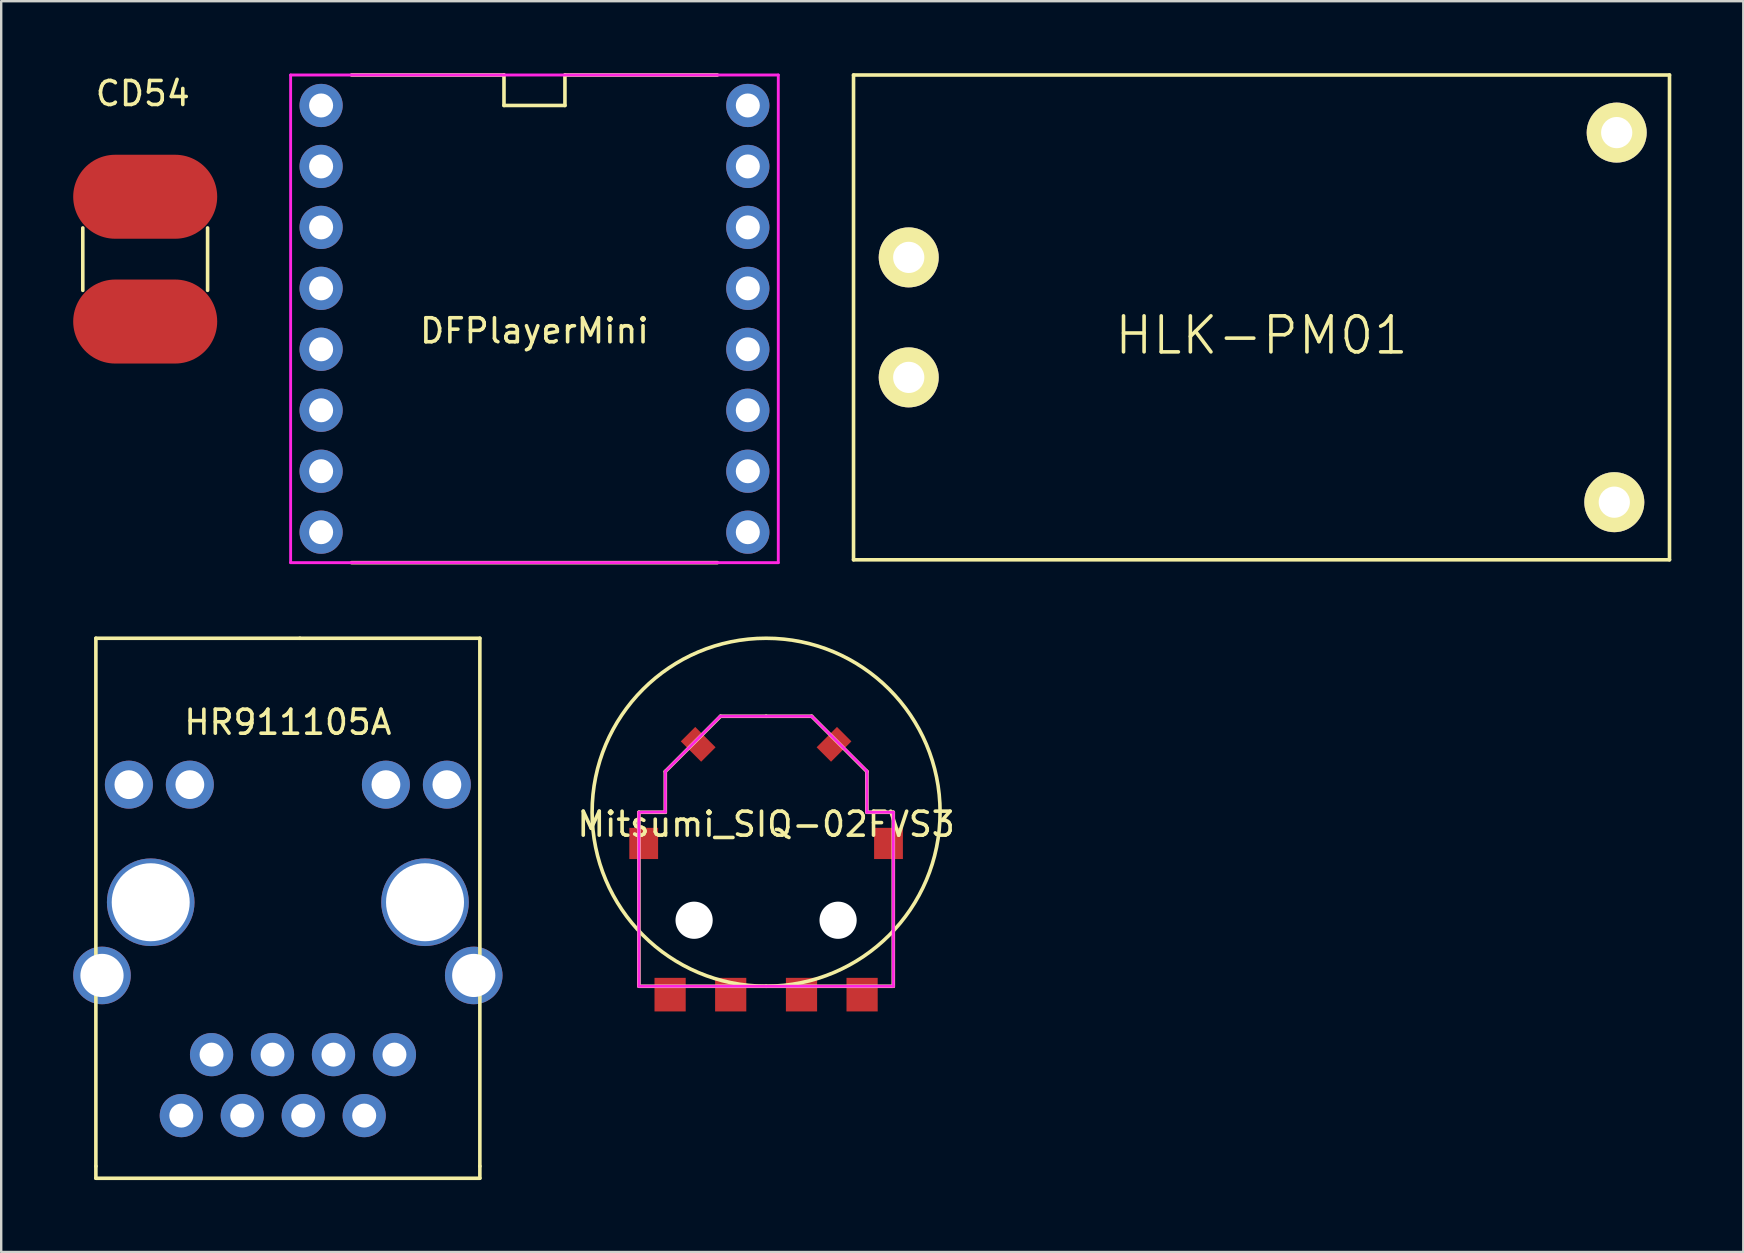
<source format=kicad_pcb>
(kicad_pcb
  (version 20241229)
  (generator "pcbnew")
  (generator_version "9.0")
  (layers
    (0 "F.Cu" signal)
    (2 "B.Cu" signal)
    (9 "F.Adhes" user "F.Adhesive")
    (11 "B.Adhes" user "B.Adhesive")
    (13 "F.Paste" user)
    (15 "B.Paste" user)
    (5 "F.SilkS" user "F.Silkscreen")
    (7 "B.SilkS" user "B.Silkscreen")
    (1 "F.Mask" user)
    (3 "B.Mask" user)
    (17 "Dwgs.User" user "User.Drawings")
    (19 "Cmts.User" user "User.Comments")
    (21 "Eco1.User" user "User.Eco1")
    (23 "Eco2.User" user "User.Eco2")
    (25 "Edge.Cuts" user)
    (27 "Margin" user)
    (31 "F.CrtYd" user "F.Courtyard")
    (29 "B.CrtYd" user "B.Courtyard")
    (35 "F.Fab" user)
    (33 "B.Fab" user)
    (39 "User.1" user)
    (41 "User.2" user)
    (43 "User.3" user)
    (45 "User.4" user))
  (footprint "HR911105A"
    (layer "F.Cu")
    (at 8.945 34.545)
    (property "Reference" "HR911105A" (at 0 -7.5 0) (layer "F.SilkS") (effects (font (size 1 1) (thickness 0.15))))
    (attr through_hole)
    (fp_line (start -8 -11) (end 0.5 -11) (stroke (width 0.15) (type solid)) (layer "F.SilkS"))
    (fp_line (start -8 11) (end -8 -11) (stroke (width 0.15) (type solid)) (layer "F.SilkS"))
    (fp_line (start -8 11) (end -8 11.5) (stroke (width 0.15) (type solid)) (layer "F.SilkS"))
    (fp_line (start -8 11.5) (end 8 11.5) (stroke (width 0.15) (type solid)) (layer "F.SilkS"))
    (fp_line (start 0.5 -11) (end 8 -11) (stroke (width 0.15) (type solid)) (layer "F.SilkS"))
    (fp_line (start 8 -11) (end 8 11) (stroke (width 0.15) (type solid)) (layer "F.SilkS"))
    (fp_line (start 8 11.5) (end 8 11) (stroke (width 0.15) (type solid)) (layer "F.SilkS"))
    (pad "1" thru_hole circle (at 4.44 6.35) (size 1.8 1.8) (drill 1) (layers "*.Cu" "*.Mask"))
    (pad "2" thru_hole circle (at 3.18 8.89) (size 1.8 1.8) (drill 1) (layers "*.Cu" "*.Mask"))
    (pad "3" thru_hole circle (at 1.9 6.35) (size 1.8 1.8) (drill 1) (layers "*.Cu" "*.Mask"))
    (pad "4" thru_hole circle (at 0.64 8.89) (size 1.8 1.8) (drill 1) (layers "*.Cu" "*.Mask"))
    (pad "5" thru_hole circle (at -0.64 6.35) (size 1.8 1.8) (drill 1) (layers "*.Cu" "*.Mask"))
    (pad "6" thru_hole circle (at -1.9 8.89) (size 1.8 1.8) (drill 1) (layers "*.Cu" "*.Mask"))
    (pad "7" thru_hole circle (at -3.18 6.35) (size 1.8 1.8) (drill 1) (layers "*.Cu" "*.Mask"))
    (pad "8" thru_hole circle (at -4.44 8.89) (size 1.8 1.8) (drill 1) (layers "*.Cu" "*.Mask"))
    (pad "9" thru_hole circle (at 6.625 -4.9) (size 2 2) (drill 1.2) (layers "*.Cu" "*.Mask"))
    (pad "10" thru_hole circle (at 4.085 -4.9) (size 2 2) (drill 1.2) (layers "*.Cu" "*.Mask"))
    (pad "11" thru_hole circle (at -4.085 -4.9) (size 2 2) (drill 1.2) (layers "*.Cu" "*.Mask"))
    (pad "12" thru_hole circle (at -6.625 -4.9) (size 2 2) (drill 1.2) (layers "*.Cu" "*.Mask"))
    (pad "13" thru_hole circle (at 7.745 3.05) (size 2.4 2.4) (drill 1.8) (layers "*.Cu" "*.Mask"))
    (pad "14" thru_hole circle (at -7.745 3.05) (size 2.4 2.4) (drill 1.8) (layers "*.Cu" "*.Mask"))
    (pad "~" thru_hole circle (at -5.715 0) (size 3.65 3.65) (drill 3.25) (layers "*.Cu" "*.Mask"))
    (pad "~" thru_hole circle (at 5.715 0) (size 3.65 3.65) (drill 3.25) (layers "*.Cu" "*.Mask")))
  (footprint "Mitsumi_SIQ-02FVS3"
    (layer "F.Cu")
    (at 28.872 30.795)
    (property "Reference" "Mitsumi_SIQ-02FVS3" (at 0 0.5 0) (layer "F.SilkS") (effects (font (size 1 1) (thickness 0.15))))
    (attr through_hole)
    (fp_line (start -5.3 0) (end -4.2 0) (stroke (width 0.15) (type solid)) (layer "F.SilkS"))
    (fp_line (start -5.3 7.25) (end -5.3 0) (stroke (width 0.15) (type solid)) (layer "F.SilkS"))
    (fp_line (start -4.2 -1.7) (end -4.2 0) (stroke (width 0.15) (type solid)) (layer "F.SilkS"))
    (fp_line (start -1.9 -4) (end -4.2 -1.7) (stroke (width 0.15) (type solid)) (layer "F.SilkS"))
    (fp_line (start 0 -4) (end -1.9 -4) (stroke (width 0.15) (type solid)) (layer "F.SilkS"))
    (fp_line (start 0 -4) (end 1.9 -4) (stroke (width 0.15) (type solid)) (layer "F.SilkS"))
    (fp_line (start 0 7.25) (end -5.3 7.25) (stroke (width 0.15) (type solid)) (layer "F.SilkS"))
    (fp_line (start 0 7.25) (end 5.3 7.25) (stroke (width 0.15) (type solid)) (layer "F.SilkS"))
    (fp_line (start 1.9 -4) (end 4.2 -1.7) (stroke (width 0.15) (type solid)) (layer "F.SilkS"))
    (fp_line (start 4.2 -1.7) (end 4.2 0) (stroke (width 0.15) (type solid)) (layer "F.SilkS"))
    (fp_line (start 5.3 0) (end 4.2 0) (stroke (width 0.15) (type solid)) (layer "F.SilkS"))
    (fp_line (start 5.3 7.25) (end 5.3 0) (stroke (width 0.15) (type solid)) (layer "F.SilkS"))
    (fp_circle (center 0 0) (end 0 -7.25) (stroke (width 0.15) (type solid)) (fill no) (layer "F.SilkS"))
    (fp_line (start -5.3 0) (end -5.3 7.25) (stroke (width 0.12) (type solid)) (layer "F.CrtYd"))
    (fp_line (start -5.3 7.25) (end 5.3 7.25) (stroke (width 0.12) (type solid)) (layer "F.CrtYd"))
    (fp_line (start -4.2 -1.7) (end -4.2 -0.01) (stroke (width 0.12) (type solid)) (layer "F.CrtYd"))
    (fp_line (start -4.2 -0.01) (end -5.3 0) (stroke (width 0.12) (type solid)) (layer "F.CrtYd"))
    (fp_line (start -1.91 -4) (end -4.2 -1.7) (stroke (width 0.12) (type solid)) (layer "F.CrtYd"))
    (fp_line (start 1.9 -4) (end -1.91 -4) (stroke (width 0.12) (type solid)) (layer "F.CrtYd"))
    (fp_line (start 4.2 -1.71) (end 1.9 -4) (stroke (width 0.12) (type solid)) (layer "F.CrtYd"))
    (fp_line (start 4.2 0) (end 4.2 -1.71) (stroke (width 0.12) (type solid)) (layer "F.CrtYd"))
    (fp_line (start 5.3 0) (end 4.2 0) (stroke (width 0.12) (type solid)) (layer "F.CrtYd"))
    (fp_line (start 5.3 7.25) (end 5.3 0) (stroke (width 0.12) (type solid)) (layer "F.CrtYd"))
    (pad "" np_thru_hole circle (at -3 4.5) (size 1.55 1.55) (drill 1.55) (layers "*.Cu" "*.Mask"))
    (pad "" np_thru_hole circle (at 3 4.5) (size 1.55 1.55) (drill 1.55) (layers "*.Cu" "*.Mask"))
    (pad "A" smd rect (at -4 7.6) (size 1.3 1.4) (layers "F.Cu" "F.Mask" "F.Paste"))
    (pad "B" smd rect (at 4 7.6) (size 1.3 1.4) (layers "F.Cu" "F.Mask" "F.Paste"))
    (pad "C" smd rect (at 1.475 7.6) (size 1.3 1.4) (layers "F.Cu" "F.Mask" "F.Paste"))
    (pad "M" smd rect (at -5.1 1.3) (size 1.2 1.3) (layers "F.Cu" "F.Mask" "F.Paste"))
    (pad "M" smd rect (at -2.83 -2.83 45) (size 0.85 1.2) (layers "F.Cu" "F.Mask" "F.Paste"))
    (pad "M" smd rect (at 2.83 -2.83 135) (size 0.85 1.2) (layers "F.Cu" "F.Mask" "F.Paste"))
    (pad "M" smd rect (at 5.1 1.3) (size 1.2 1.3) (layers "F.Cu" "F.Mask" "F.Paste"))
    (pad "S" smd rect (at -1.475 7.6) (size 1.3 1.4) (layers "F.Cu" "F.Mask" "F.Paste")))
  (footprint "HLK-PM01"
    (layer "F.Cu")
    (at 49.515 10.175)
    (property "Reference" "HLK-PM01" (at 0 0.75 0) (layer "F.SilkS") (effects (font (size 1.5 1.5) (thickness 0.15))))
    (attr through_hole)
    (fp_line (start -17 -10.1) (end 17 -10.1) (stroke (width 0.15) (type solid)) (layer "F.SilkS"))
    (fp_line (start -17 10.1) (end -17 -10.1) (stroke (width 0.15) (type solid)) (layer "F.SilkS"))
    (fp_line (start 17 -10.1) (end 17 10.1) (stroke (width 0.15) (type solid)) (layer "F.SilkS"))
    (fp_line (start 17 10.1) (end -17 10.1) (stroke (width 0.15) (type solid)) (layer "F.SilkS"))
    (pad "1" thru_hole circle (at -14.7 -2.5) (size 2.5 2.5) (drill 1.3) (layers "*.Cu" "*.Mask" "F.SilkS"))
    (pad "2" thru_hole circle (at -14.7 2.5) (size 2.5 2.5) (drill 1.3) (layers "*.Cu" "*.Mask" "F.SilkS"))
    (pad "3" thru_hole circle (at 14.8 -7.7) (size 2.5 2.5) (drill 1.3) (layers "*.Cu" "*.Mask" "F.SilkS"))
    (pad "4" thru_hole circle (at 14.7 7.7) (size 2.5 2.5) (drill 1.3) (layers "*.Cu" "*.Mask" "F.SilkS")))
  (footprint "DFPlayerMini"
    (layer "F.Cu")
    (at 19.22 10.235)
    (property "Reference" "DFPlayerMini" (at 0 0.5 0) (layer "F.SilkS") (effects (font (size 1 1) (thickness 0.15))))
    (attr through_hole)
    (fp_line (start -7.62 -10.16) (end -1.27 -10.16) (stroke (width 0.15) (type solid)) (layer "F.SilkS"))
    (fp_line (start -7.62 10.16) (end 7.62 10.16) (stroke (width 0.15) (type solid)) (layer "F.SilkS"))
    (fp_line (start -1.27 -10.16) (end -1.27 -8.89) (stroke (width 0.15) (type solid)) (layer "F.SilkS"))
    (fp_line (start -1.27 -8.89) (end 1.27 -8.89) (stroke (width 0.15) (type solid)) (layer "F.SilkS"))
    (fp_line (start 1.27 -10.16) (end 7.62 -10.16) (stroke (width 0.15) (type solid)) (layer "F.SilkS"))
    (fp_line (start 1.27 -8.89) (end 1.27 -10.16) (stroke (width 0.15) (type solid)) (layer "F.SilkS"))
    (fp_line (start -10.16 -10.16) (end 10.16 -10.16) (stroke (width 0.12) (type solid)) (layer "F.CrtYd"))
    (fp_line (start -10.16 10.16) (end -10.16 -10.16) (stroke (width 0.12) (type solid)) (layer "F.CrtYd"))
    (fp_line (start 10.16 -10.16) (end 10.16 10.16) (stroke (width 0.12) (type solid)) (layer "F.CrtYd"))
    (fp_line (start 10.16 10.16) (end -10.16 10.16) (stroke (width 0.12) (type solid)) (layer "F.CrtYd"))
    (pad "1" thru_hole circle (at -8.89 -8.89) (size 1.8 1.8) (drill 1) (layers "*.Cu" "*.Mask"))
    (pad "2" thru_hole circle (at -8.89 -6.35) (size 1.8 1.8) (drill 1) (layers "*.Cu" "*.Mask"))
    (pad "3" thru_hole circle (at -8.89 -3.81) (size 1.8 1.8) (drill 1) (layers "*.Cu" "*.Mask"))
    (pad "4" thru_hole circle (at -8.89 -1.27) (size 1.8 1.8) (drill 1) (layers "*.Cu" "*.Mask"))
    (pad "5" thru_hole circle (at -8.89 1.27) (size 1.8 1.8) (drill 1) (layers "*.Cu" "*.Mask"))
    (pad "6" thru_hole circle (at -8.89 3.81) (size 1.8 1.8) (drill 1) (layers "*.Cu" "*.Mask"))
    (pad "7" thru_hole circle (at -8.89 6.35) (size 1.8 1.8) (drill 1) (layers "*.Cu" "*.Mask"))
    (pad "8" thru_hole circle (at -8.89 8.89) (size 1.8 1.8) (drill 1) (layers "*.Cu" "*.Mask"))
    (pad "9" thru_hole circle (at 8.89 8.89) (size 1.8 1.8) (drill 1) (layers "*.Cu" "*.Mask"))
    (pad "10" thru_hole circle (at 8.89 6.35) (size 1.8 1.8) (drill 1) (layers "*.Cu" "*.Mask"))
    (pad "11" thru_hole circle (at 8.89 3.81) (size 1.8 1.8) (drill 1) (layers "*.Cu" "*.Mask"))
    (pad "12" thru_hole circle (at 8.89 1.27) (size 1.8 1.8) (drill 1) (layers "*.Cu" "*.Mask"))
    (pad "13" thru_hole circle (at 8.89 -1.27) (size 1.8 1.8) (drill 1) (layers "*.Cu" "*.Mask"))
    (pad "14" thru_hole circle (at 8.89 -3.81) (size 1.8 1.8) (drill 1) (layers "*.Cu" "*.Mask"))
    (pad "15" thru_hole circle (at 8.89 -6.35) (size 1.8 1.8) (drill 1) (layers "*.Cu" "*.Mask"))
    (pad "16" thru_hole circle (at 8.89 -8.89) (size 1.8 1.8) (drill 1) (layers "*.Cu" "*.Mask")))
  (footprint "CD54"
    (layer "F.Cu")
    (at 3 7.748)
    (property "Reference" "CD54" (at -0.1 -6.9 0) (layer "F.SilkS") (effects (font (size 1 1) (thickness 0.15))))
    (attr through_hole)
    (fp_line (start -2.6 1.3) (end -2.6 -1.3) (stroke (width 0.15) (type solid)) (layer "F.SilkS"))
    (fp_line (start 2.6 1.3) (end 2.6 -1.3) (stroke (width 0.15) (type solid)) (layer "F.SilkS"))
    (pad "1" smd oval (at 0 2.6) (size 6 3.5) (layers "F.Cu" "F.Mask" "F.Paste"))
    (pad "2" smd oval (at 0 -2.6) (size 6 3.5) (layers "F.Cu" "F.Mask" "F.Paste")))
  (gr_rect
    (start -3 -3)
    (end 69.59 49.12)
    (stroke (width 0.1) (type default))
    (fill no)
    (layer "Edge.Cuts")))
</source>
